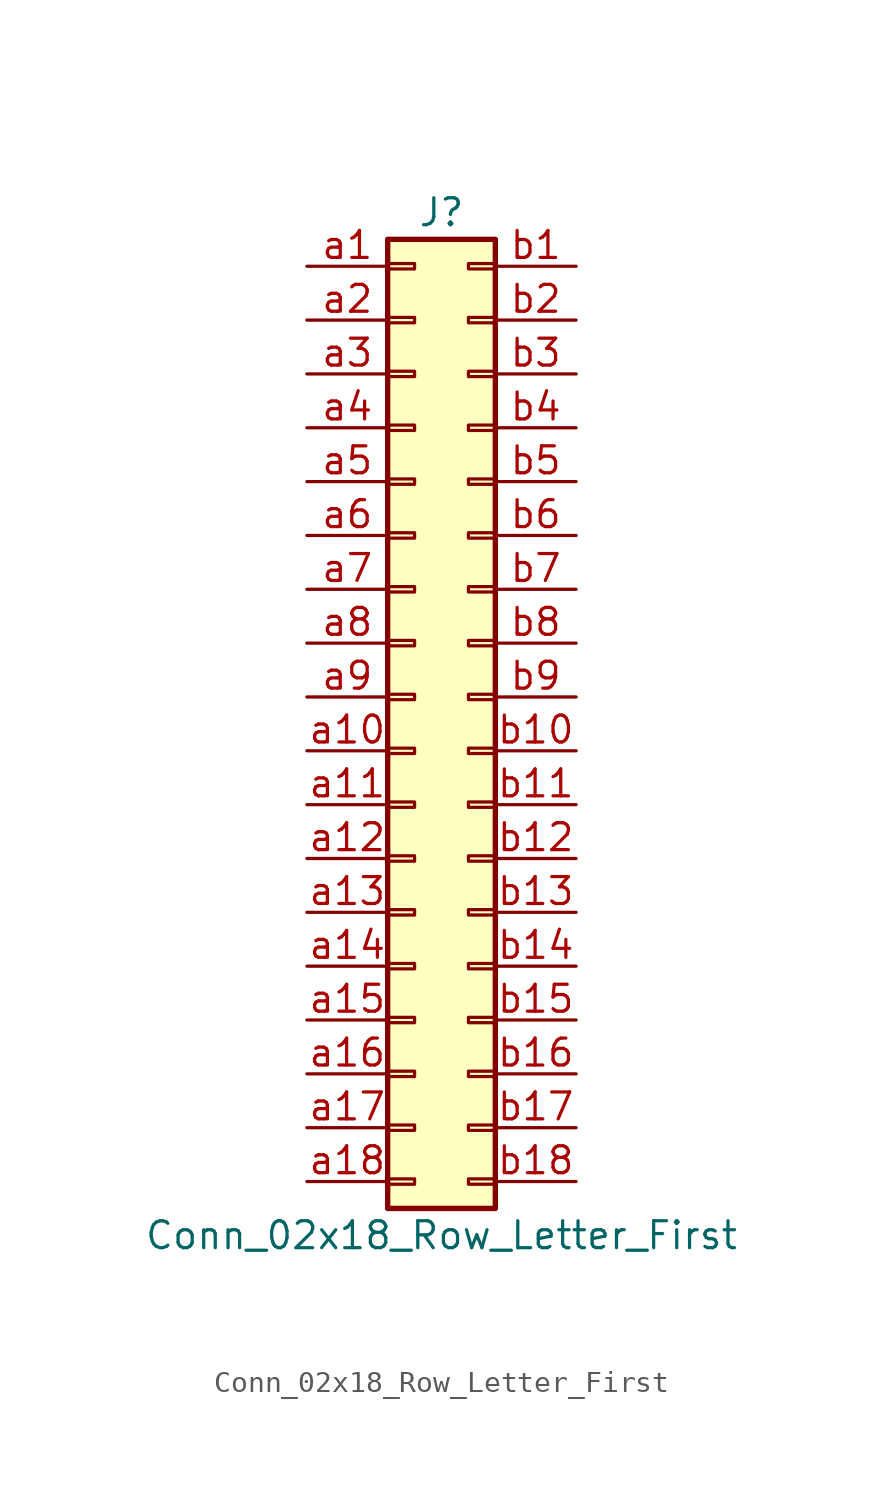
<source format=kicad_sym>
(kicad_symbol_lib
  (version 20220914)
  (generator kicad_symbol_editor)
  (symbol "Conn_02x18_Row_Letter_First"
    (pin_names
      (offset 1.016) hide)
    (property "Reference" "J"
      (at 1.27 22.86 0)
      (effects (font (size 1.27 1.27))))
    (property "Value" "Conn_02x18_Row_Letter_First"
      (at 1.27 -25.4 0)
      (effects (font (size 1.27 1.27))))
    (symbol "Conn_02x18_Row_Letter_First_1_1"
      (rectangle (start -1.27 -22.733) (end 0 -22.987) (stroke (width 0.152) (type default)) (fill (type none)))
      (rectangle (start -1.27 -20.193) (end 0 -20.447) (stroke (width 0.152) (type default)) (fill (type none)))
      (rectangle (start -1.27 -17.653) (end 0 -17.907) (stroke (width 0.152) (type default)) (fill (type none)))
      (rectangle (start -1.27 -15.113) (end 0 -15.367) (stroke (width 0.152) (type default)) (fill (type none)))
      (rectangle (start -1.27 -12.573) (end 0 -12.827) (stroke (width 0.152) (type default)) (fill (type none)))
      (rectangle (start -1.27 -10.033) (end 0 -10.287) (stroke (width 0.152) (type default)) (fill (type none)))
      (rectangle (start -1.27 -7.493) (end 0 -7.747) (stroke (width 0.152) (type default)) (fill (type none)))
      (rectangle (start -1.27 -4.953) (end 0 -5.207) (stroke (width 0.152) (type default)) (fill (type none)))
      (rectangle (start -1.27 -2.413) (end 0 -2.667) (stroke (width 0.152) (type default)) (fill (type none)))
      (rectangle (start -1.27 0.127) (end 0 -0.127) (stroke (width 0.152) (type default)) (fill (type none)))
      (rectangle (start -1.27 2.667) (end 0 2.413) (stroke (width 0.152) (type default)) (fill (type none)))
      (rectangle (start -1.27 5.207) (end 0 4.953) (stroke (width 0.152) (type default)) (fill (type none)))
      (rectangle (start -1.27 7.747) (end 0 7.493) (stroke (width 0.152) (type default)) (fill (type none)))
      (rectangle (start -1.27 10.287) (end 0 10.033) (stroke (width 0.152) (type default)) (fill (type none)))
      (rectangle (start -1.27 12.827) (end 0 12.573) (stroke (width 0.152) (type default)) (fill (type none)))
      (rectangle (start -1.27 15.367) (end 0 15.113) (stroke (width 0.152) (type default)) (fill (type none)))
      (rectangle (start -1.27 17.907) (end 0 17.653) (stroke (width 0.152) (type default)) (fill (type none)))
      (rectangle (start -1.27 20.447) (end 0 20.193) (stroke (width 0.152) (type default)) (fill (type none)))
      (rectangle (start -1.27 21.59) (end 3.81 -24.13) (stroke (width 0.254) (type default)) (fill (type background)))
      (rectangle (start 3.81 -22.733) (end 2.54 -22.987) (stroke (width 0.152) (type default)) (fill (type none)))
      (rectangle (start 3.81 -20.193) (end 2.54 -20.447) (stroke (width 0.152) (type default)) (fill (type none)))
      (rectangle (start 3.81 -17.653) (end 2.54 -17.907) (stroke (width 0.152) (type default)) (fill (type none)))
      (rectangle (start 3.81 -15.113) (end 2.54 -15.367) (stroke (width 0.152) (type default)) (fill (type none)))
      (rectangle (start 3.81 -12.573) (end 2.54 -12.827) (stroke (width 0.152) (type default)) (fill (type none)))
      (rectangle (start 3.81 -10.033) (end 2.54 -10.287) (stroke (width 0.152) (type default)) (fill (type none)))
      (rectangle (start 3.81 -7.493) (end 2.54 -7.747) (stroke (width 0.152) (type default)) (fill (type none)))
      (rectangle (start 3.81 -4.953) (end 2.54 -5.207) (stroke (width 0.152) (type default)) (fill (type none)))
      (rectangle (start 3.81 -2.413) (end 2.54 -2.667) (stroke (width 0.152) (type default)) (fill (type none)))
      (rectangle (start 3.81 0.127) (end 2.54 -0.127) (stroke (width 0.152) (type default)) (fill (type none)))
      (rectangle (start 3.81 2.667) (end 2.54 2.413) (stroke (width 0.152) (type default)) (fill (type none)))
      (rectangle (start 3.81 5.207) (end 2.54 4.953) (stroke (width 0.152) (type default)) (fill (type none)))
      (rectangle (start 3.81 7.747) (end 2.54 7.493) (stroke (width 0.152) (type default)) (fill (type none)))
      (rectangle (start 3.81 10.287) (end 2.54 10.033) (stroke (width 0.152) (type default)) (fill (type none)))
      (rectangle (start 3.81 12.827) (end 2.54 12.573) (stroke (width 0.152) (type default)) (fill (type none)))
      (rectangle (start 3.81 15.367) (end 2.54 15.113) (stroke (width 0.152) (type default)) (fill (type none)))
      (rectangle (start 3.81 17.907) (end 2.54 17.653) (stroke (width 0.152) (type default)) (fill (type none)))
      (rectangle (start 3.81 20.447) (end 2.54 20.193) (stroke (width 0.152) (type default)) (fill (type none)))
      (pin passive line (at -5.08 20.32 0) (length 3.81) (name "Pin_a1" (effects (font (size 1.27 1.27)))) (number "a1" (effects (font (size 1.27 1.27)))))
      (pin passive line (at -5.08 -2.54 0) (length 3.81) (name "Pin_a10" (effects (font (size 1.27 1.27)))) (number "a10" (effects (font (size 1.27 1.27)))))
      (pin passive line (at -5.08 -5.08 0) (length 3.81) (name "Pin_a11" (effects (font (size 1.27 1.27)))) (number "a11" (effects (font (size 1.27 1.27)))))
      (pin passive line (at -5.08 -7.62 0) (length 3.81) (name "Pin_a12" (effects (font (size 1.27 1.27)))) (number "a12" (effects (font (size 1.27 1.27)))))
      (pin passive line (at -5.08 -10.16 0) (length 3.81) (name "Pin_a13" (effects (font (size 1.27 1.27)))) (number "a13" (effects (font (size 1.27 1.27)))))
      (pin passive line (at -5.08 -12.7 0) (length 3.81) (name "Pin_a14" (effects (font (size 1.27 1.27)))) (number "a14" (effects (font (size 1.27 1.27)))))
      (pin passive line (at -5.08 -15.24 0) (length 3.81) (name "Pin_a15" (effects (font (size 1.27 1.27)))) (number "a15" (effects (font (size 1.27 1.27)))))
      (pin passive line (at -5.08 -17.78 0) (length 3.81) (name "Pin_a16" (effects (font (size 1.27 1.27)))) (number "a16" (effects (font (size 1.27 1.27)))))
      (pin passive line (at -5.08 -20.32 0) (length 3.81) (name "Pin_a17" (effects (font (size 1.27 1.27)))) (number "a17" (effects (font (size 1.27 1.27)))))
      (pin passive line (at -5.08 -22.86 0) (length 3.81) (name "Pin_a18" (effects (font (size 1.27 1.27)))) (number "a18" (effects (font (size 1.27 1.27)))))
      (pin passive line (at -5.08 17.78 0) (length 3.81) (name "Pin_a2" (effects (font (size 1.27 1.27)))) (number "a2" (effects (font (size 1.27 1.27)))))
      (pin passive line (at -5.08 15.24 0) (length 3.81) (name "Pin_a3" (effects (font (size 1.27 1.27)))) (number "a3" (effects (font (size 1.27 1.27)))))
      (pin passive line (at -5.08 12.7 0) (length 3.81) (name "Pin_a4" (effects (font (size 1.27 1.27)))) (number "a4" (effects (font (size 1.27 1.27)))))
      (pin passive line (at -5.08 10.16 0) (length 3.81) (name "Pin_a5" (effects (font (size 1.27 1.27)))) (number "a5" (effects (font (size 1.27 1.27)))))
      (pin passive line (at -5.08 7.62 0) (length 3.81) (name "Pin_a6" (effects (font (size 1.27 1.27)))) (number "a6" (effects (font (size 1.27 1.27)))))
      (pin passive line (at -5.08 5.08 0) (length 3.81) (name "Pin_a7" (effects (font (size 1.27 1.27)))) (number "a7" (effects (font (size 1.27 1.27)))))
      (pin passive line (at -5.08 2.54 0) (length 3.81) (name "Pin_a8" (effects (font (size 1.27 1.27)))) (number "a8" (effects (font (size 1.27 1.27)))))
      (pin passive line (at -5.08 0 0) (length 3.81) (name "Pin_a9" (effects (font (size 1.27 1.27)))) (number "a9" (effects (font (size 1.27 1.27)))))
      (pin passive line (at 7.62 20.32 180) (length 3.81) (name "Pin_b1" (effects (font (size 1.27 1.27)))) (number "b1" (effects (font (size 1.27 1.27)))))
      (pin passive line (at 7.62 -2.54 180) (length 3.81) (name "Pin_b10" (effects (font (size 1.27 1.27)))) (number "b10" (effects (font (size 1.27 1.27)))))
      (pin passive line (at 7.62 -5.08 180) (length 3.81) (name "Pin_b11" (effects (font (size 1.27 1.27)))) (number "b11" (effects (font (size 1.27 1.27)))))
      (pin passive line (at 7.62 -7.62 180) (length 3.81) (name "Pin_b12" (effects (font (size 1.27 1.27)))) (number "b12" (effects (font (size 1.27 1.27)))))
      (pin passive line (at 7.62 -10.16 180) (length 3.81) (name "Pin_b13" (effects (font (size 1.27 1.27)))) (number "b13" (effects (font (size 1.27 1.27)))))
      (pin passive line (at 7.62 -12.7 180) (length 3.81) (name "Pin_b14" (effects (font (size 1.27 1.27)))) (number "b14" (effects (font (size 1.27 1.27)))))
      (pin passive line (at 7.62 -15.24 180) (length 3.81) (name "Pin_b15" (effects (font (size 1.27 1.27)))) (number "b15" (effects (font (size 1.27 1.27)))))
      (pin passive line (at 7.62 -17.78 180) (length 3.81) (name "Pin_b16" (effects (font (size 1.27 1.27)))) (number "b16" (effects (font (size 1.27 1.27)))))
      (pin passive line (at 7.62 -20.32 180) (length 3.81) (name "Pin_b17" (effects (font (size 1.27 1.27)))) (number "b17" (effects (font (size 1.27 1.27)))))
      (pin passive line (at 7.62 -22.86 180) (length 3.81) (name "Pin_b18" (effects (font (size 1.27 1.27)))) (number "b18" (effects (font (size 1.27 1.27)))))
      (pin passive line (at 7.62 17.78 180) (length 3.81) (name "Pin_b2" (effects (font (size 1.27 1.27)))) (number "b2" (effects (font (size 1.27 1.27)))))
      (pin passive line (at 7.62 15.24 180) (length 3.81) (name "Pin_b3" (effects (font (size 1.27 1.27)))) (number "b3" (effects (font (size 1.27 1.27)))))
      (pin passive line (at 7.62 12.7 180) (length 3.81) (name "Pin_b4" (effects (font (size 1.27 1.27)))) (number "b4" (effects (font (size 1.27 1.27)))))
      (pin passive line (at 7.62 10.16 180) (length 3.81) (name "Pin_b5" (effects (font (size 1.27 1.27)))) (number "b5" (effects (font (size 1.27 1.27)))))
      (pin passive line (at 7.62 7.62 180) (length 3.81) (name "Pin_b6" (effects (font (size 1.27 1.27)))) (number "b6" (effects (font (size 1.27 1.27)))))
      (pin passive line (at 7.62 5.08 180) (length 3.81) (name "Pin_b7" (effects (font (size 1.27 1.27)))) (number "b7" (effects (font (size 1.27 1.27)))))
      (pin passive line (at 7.62 2.54 180) (length 3.81) (name "Pin_b8" (effects (font (size 1.27 1.27)))) (number "b8" (effects (font (size 1.27 1.27)))))
      (pin passive line (at 7.62 0 180) (length 3.81) (name "Pin_b9" (effects (font (size 1.27 1.27)))) (number "b9" (effects (font (size 1.27 1.27))))))))
</source>
